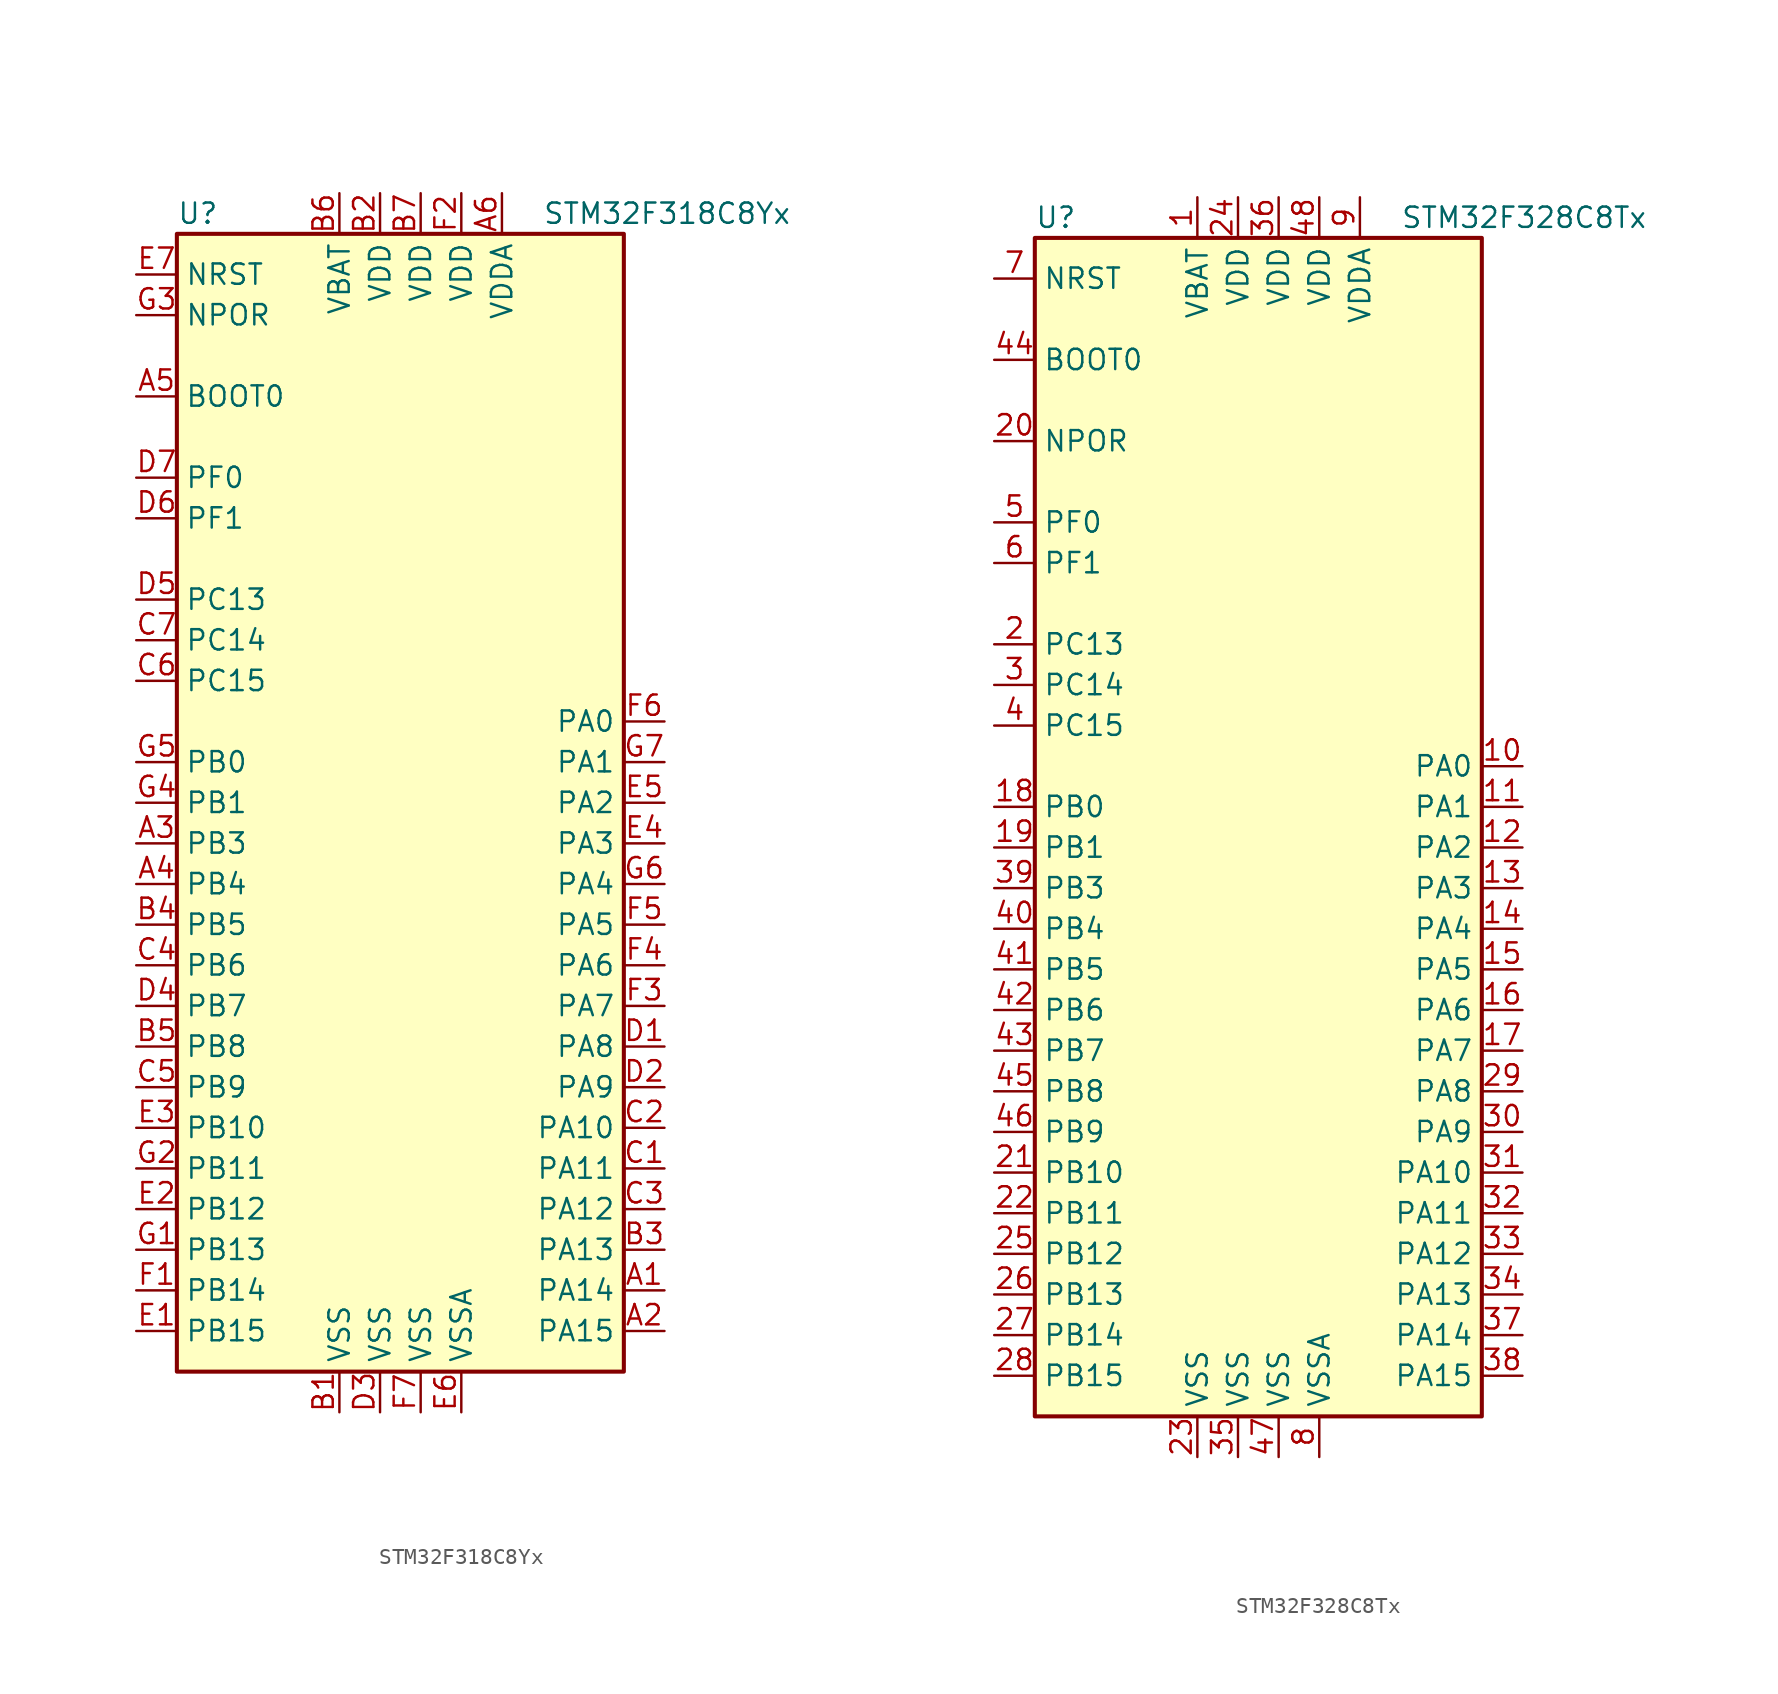
<source format=kicad_sym>
(kicad_symbol_lib
  (version 20201005)
  (generator kicad_symbol_editor)
  (symbol "MCU_ST_STM32F3:STM32F318C8Yx"
    (property "Reference" "U"
      (at -15.24 36.83 0)
      (effects (font (size 1.27 1.27)) (justify left)))
    (property "Value" "STM32F318C8Yx"
      (at 7.62 36.83 0)
      (effects (font (size 1.27 1.27)) (justify left)))
    (symbol "STM32F318C8Yx_0_1"
      (rectangle (start -15.24 -35.56) (end 12.7 35.56) (stroke (width 0.254)) (fill (type background))))
    (symbol "STM32F318C8Yx_1_1"
      (pin input line (at -17.78 25.4 0) (length 2.54) (name "BOOT0" (effects (font (size 1.27 1.27)))) (number "A5" (effects (font (size 1.27 1.27)))))
      (pin no_connect line (at -15.24 -33.02 0) (length 2.54) hide (name "NC" (effects (font (size 1.27 1.27)))) (number "A7" (effects (font (size 1.27 1.27)))))
      (pin input line (at -17.78 30.48 0) (length 2.54) (name "NPOR" (effects (font (size 1.27 1.27)))) (number "G3" (effects (font (size 1.27 1.27)))))
      (pin input line (at -17.78 33.02 0) (length 2.54) (name "NRST" (effects (font (size 1.27 1.27)))) (number "E7" (effects (font (size 1.27 1.27)))))
      (pin bidirectional line (at 15.24 5.08 180) (length 2.54) (name "PA0" (effects (font (size 1.27 1.27)))) (number "F6" (effects (font (size 1.27 1.27)))))
      (pin bidirectional line (at 15.24 2.54 180) (length 2.54) (name "PA1" (effects (font (size 1.27 1.27)))) (number "G7" (effects (font (size 1.27 1.27)))))
      (pin bidirectional line (at 15.24 -20.32 180) (length 2.54) (name "PA10" (effects (font (size 1.27 1.27)))) (number "C2" (effects (font (size 1.27 1.27)))))
      (pin bidirectional line (at 15.24 -22.86 180) (length 2.54) (name "PA11" (effects (font (size 1.27 1.27)))) (number "C1" (effects (font (size 1.27 1.27)))))
      (pin bidirectional line (at 15.24 -25.4 180) (length 2.54) (name "PA12" (effects (font (size 1.27 1.27)))) (number "C3" (effects (font (size 1.27 1.27)))))
      (pin bidirectional line (at 15.24 -27.94 180) (length 2.54) (name "PA13" (effects (font (size 1.27 1.27)))) (number "B3" (effects (font (size 1.27 1.27)))))
      (pin bidirectional line (at 15.24 -30.48 180) (length 2.54) (name "PA14" (effects (font (size 1.27 1.27)))) (number "A1" (effects (font (size 1.27 1.27)))))
      (pin bidirectional line (at 15.24 -33.02 180) (length 2.54) (name "PA15" (effects (font (size 1.27 1.27)))) (number "A2" (effects (font (size 1.27 1.27)))))
      (pin bidirectional line (at 15.24 0 180) (length 2.54) (name "PA2" (effects (font (size 1.27 1.27)))) (number "E5" (effects (font (size 1.27 1.27)))))
      (pin bidirectional line (at 15.24 -2.54 180) (length 2.54) (name "PA3" (effects (font (size 1.27 1.27)))) (number "E4" (effects (font (size 1.27 1.27)))))
      (pin bidirectional line (at 15.24 -5.08 180) (length 2.54) (name "PA4" (effects (font (size 1.27 1.27)))) (number "G6" (effects (font (size 1.27 1.27)))))
      (pin bidirectional line (at 15.24 -7.62 180) (length 2.54) (name "PA5" (effects (font (size 1.27 1.27)))) (number "F5" (effects (font (size 1.27 1.27)))))
      (pin bidirectional line (at 15.24 -10.16 180) (length 2.54) (name "PA6" (effects (font (size 1.27 1.27)))) (number "F4" (effects (font (size 1.27 1.27)))))
      (pin bidirectional line (at 15.24 -12.7 180) (length 2.54) (name "PA7" (effects (font (size 1.27 1.27)))) (number "F3" (effects (font (size 1.27 1.27)))))
      (pin bidirectional line (at 15.24 -15.24 180) (length 2.54) (name "PA8" (effects (font (size 1.27 1.27)))) (number "D1" (effects (font (size 1.27 1.27)))))
      (pin bidirectional line (at 15.24 -17.78 180) (length 2.54) (name "PA9" (effects (font (size 1.27 1.27)))) (number "D2" (effects (font (size 1.27 1.27)))))
      (pin bidirectional line (at -17.78 2.54 0) (length 2.54) (name "PB0" (effects (font (size 1.27 1.27)))) (number "G5" (effects (font (size 1.27 1.27)))))
      (pin bidirectional line (at -17.78 0 0) (length 2.54) (name "PB1" (effects (font (size 1.27 1.27)))) (number "G4" (effects (font (size 1.27 1.27)))))
      (pin bidirectional line (at -17.78 -20.32 0) (length 2.54) (name "PB10" (effects (font (size 1.27 1.27)))) (number "E3" (effects (font (size 1.27 1.27)))))
      (pin bidirectional line (at -17.78 -22.86 0) (length 2.54) (name "PB11" (effects (font (size 1.27 1.27)))) (number "G2" (effects (font (size 1.27 1.27)))))
      (pin bidirectional line (at -17.78 -25.4 0) (length 2.54) (name "PB12" (effects (font (size 1.27 1.27)))) (number "E2" (effects (font (size 1.27 1.27)))))
      (pin bidirectional line (at -17.78 -27.94 0) (length 2.54) (name "PB13" (effects (font (size 1.27 1.27)))) (number "G1" (effects (font (size 1.27 1.27)))))
      (pin bidirectional line (at -17.78 -30.48 0) (length 2.54) (name "PB14" (effects (font (size 1.27 1.27)))) (number "F1" (effects (font (size 1.27 1.27)))))
      (pin bidirectional line (at -17.78 -33.02 0) (length 2.54) (name "PB15" (effects (font (size 1.27 1.27)))) (number "E1" (effects (font (size 1.27 1.27)))))
      (pin bidirectional line (at -17.78 -2.54 0) (length 2.54) (name "PB3" (effects (font (size 1.27 1.27)))) (number "A3" (effects (font (size 1.27 1.27)))))
      (pin bidirectional line (at -17.78 -5.08 0) (length 2.54) (name "PB4" (effects (font (size 1.27 1.27)))) (number "A4" (effects (font (size 1.27 1.27)))))
      (pin bidirectional line (at -17.78 -7.62 0) (length 2.54) (name "PB5" (effects (font (size 1.27 1.27)))) (number "B4" (effects (font (size 1.27 1.27)))))
      (pin bidirectional line (at -17.78 -10.16 0) (length 2.54) (name "PB6" (effects (font (size 1.27 1.27)))) (number "C4" (effects (font (size 1.27 1.27)))))
      (pin bidirectional line (at -17.78 -12.7 0) (length 2.54) (name "PB7" (effects (font (size 1.27 1.27)))) (number "D4" (effects (font (size 1.27 1.27)))))
      (pin bidirectional line (at -17.78 -15.24 0) (length 2.54) (name "PB8" (effects (font (size 1.27 1.27)))) (number "B5" (effects (font (size 1.27 1.27)))))
      (pin bidirectional line (at -17.78 -17.78 0) (length 2.54) (name "PB9" (effects (font (size 1.27 1.27)))) (number "C5" (effects (font (size 1.27 1.27)))))
      (pin bidirectional line (at -17.78 12.7 0) (length 2.54) (name "PC13" (effects (font (size 1.27 1.27)))) (number "D5" (effects (font (size 1.27 1.27)))))
      (pin bidirectional line (at -17.78 10.16 0) (length 2.54) (name "PC14" (effects (font (size 1.27 1.27)))) (number "C7" (effects (font (size 1.27 1.27)))))
      (pin bidirectional line (at -17.78 7.62 0) (length 2.54) (name "PC15" (effects (font (size 1.27 1.27)))) (number "C6" (effects (font (size 1.27 1.27)))))
      (pin input line (at -17.78 20.32 0) (length 2.54) (name "PF0" (effects (font (size 1.27 1.27)))) (number "D7" (effects (font (size 1.27 1.27)))))
      (pin input line (at -17.78 17.78 0) (length 2.54) (name "PF1" (effects (font (size 1.27 1.27)))) (number "D6" (effects (font (size 1.27 1.27)))))
      (pin power_in line (at -5.08 38.1 270) (length 2.54) (name "VBAT" (effects (font (size 1.27 1.27)))) (number "B6" (effects (font (size 1.27 1.27)))))
      (pin power_in line (at -2.54 38.1 270) (length 2.54) (name "VDD" (effects (font (size 1.27 1.27)))) (number "B2" (effects (font (size 1.27 1.27)))))
      (pin power_in line (at 0 38.1 270) (length 2.54) (name "VDD" (effects (font (size 1.27 1.27)))) (number "B7" (effects (font (size 1.27 1.27)))))
      (pin power_in line (at 2.54 38.1 270) (length 2.54) (name "VDD" (effects (font (size 1.27 1.27)))) (number "F2" (effects (font (size 1.27 1.27)))))
      (pin power_in line (at 5.08 38.1 270) (length 2.54) (name "VDDA" (effects (font (size 1.27 1.27)))) (number "A6" (effects (font (size 1.27 1.27)))))
      (pin power_in line (at -5.08 -38.1 90) (length 2.54) (name "VSS" (effects (font (size 1.27 1.27)))) (number "B1" (effects (font (size 1.27 1.27)))))
      (pin power_in line (at -2.54 -38.1 90) (length 2.54) (name "VSS" (effects (font (size 1.27 1.27)))) (number "D3" (effects (font (size 1.27 1.27)))))
      (pin power_in line (at 0 -38.1 90) (length 2.54) (name "VSS" (effects (font (size 1.27 1.27)))) (number "F7" (effects (font (size 1.27 1.27)))))
      (pin power_in line (at 2.54 -38.1 90) (length 2.54) (name "VSSA" (effects (font (size 1.27 1.27)))) (number "E6" (effects (font (size 1.27 1.27)))))))
  (symbol "MCU_ST_STM32F3:STM32F328C8Tx"
    (property "Reference" "U"
      (at -15.24 36.83 0)
      (effects (font (size 1.27 1.27)) (justify left)))
    (property "Value" "STM32F328C8Tx"
      (at 7.62 36.83 0)
      (effects (font (size 1.27 1.27)) (justify left)))
    (symbol "STM32F328C8Tx_0_1"
      (rectangle (start -15.24 -38.1) (end 12.7 35.56) (stroke (width 0.254)) (fill (type background))))
    (symbol "STM32F328C8Tx_1_1"
      (pin input line (at -17.78 27.94 0) (length 2.54) (name "BOOT0" (effects (font (size 1.27 1.27)))) (number "44" (effects (font (size 1.27 1.27)))))
      (pin power_in line (at -17.78 22.86 0) (length 2.54) (name "NPOR" (effects (font (size 1.27 1.27)))) (number "20" (effects (font (size 1.27 1.27)))))
      (pin input line (at -17.78 33.02 0) (length 2.54) (name "NRST" (effects (font (size 1.27 1.27)))) (number "7" (effects (font (size 1.27 1.27)))))
      (pin bidirectional line (at 15.24 2.54 180) (length 2.54) (name "PA0" (effects (font (size 1.27 1.27)))) (number "10" (effects (font (size 1.27 1.27)))))
      (pin bidirectional line (at 15.24 0 180) (length 2.54) (name "PA1" (effects (font (size 1.27 1.27)))) (number "11" (effects (font (size 1.27 1.27)))))
      (pin bidirectional line (at 15.24 -22.86 180) (length 2.54) (name "PA10" (effects (font (size 1.27 1.27)))) (number "31" (effects (font (size 1.27 1.27)))))
      (pin bidirectional line (at 15.24 -25.4 180) (length 2.54) (name "PA11" (effects (font (size 1.27 1.27)))) (number "32" (effects (font (size 1.27 1.27)))))
      (pin bidirectional line (at 15.24 -27.94 180) (length 2.54) (name "PA12" (effects (font (size 1.27 1.27)))) (number "33" (effects (font (size 1.27 1.27)))))
      (pin bidirectional line (at 15.24 -30.48 180) (length 2.54) (name "PA13" (effects (font (size 1.27 1.27)))) (number "34" (effects (font (size 1.27 1.27)))))
      (pin bidirectional line (at 15.24 -33.02 180) (length 2.54) (name "PA14" (effects (font (size 1.27 1.27)))) (number "37" (effects (font (size 1.27 1.27)))))
      (pin bidirectional line (at 15.24 -35.56 180) (length 2.54) (name "PA15" (effects (font (size 1.27 1.27)))) (number "38" (effects (font (size 1.27 1.27)))))
      (pin bidirectional line (at 15.24 -2.54 180) (length 2.54) (name "PA2" (effects (font (size 1.27 1.27)))) (number "12" (effects (font (size 1.27 1.27)))))
      (pin bidirectional line (at 15.24 -5.08 180) (length 2.54) (name "PA3" (effects (font (size 1.27 1.27)))) (number "13" (effects (font (size 1.27 1.27)))))
      (pin bidirectional line (at 15.24 -7.62 180) (length 2.54) (name "PA4" (effects (font (size 1.27 1.27)))) (number "14" (effects (font (size 1.27 1.27)))))
      (pin bidirectional line (at 15.24 -10.16 180) (length 2.54) (name "PA5" (effects (font (size 1.27 1.27)))) (number "15" (effects (font (size 1.27 1.27)))))
      (pin bidirectional line (at 15.24 -12.7 180) (length 2.54) (name "PA6" (effects (font (size 1.27 1.27)))) (number "16" (effects (font (size 1.27 1.27)))))
      (pin bidirectional line (at 15.24 -15.24 180) (length 2.54) (name "PA7" (effects (font (size 1.27 1.27)))) (number "17" (effects (font (size 1.27 1.27)))))
      (pin bidirectional line (at 15.24 -17.78 180) (length 2.54) (name "PA8" (effects (font (size 1.27 1.27)))) (number "29" (effects (font (size 1.27 1.27)))))
      (pin bidirectional line (at 15.24 -20.32 180) (length 2.54) (name "PA9" (effects (font (size 1.27 1.27)))) (number "30" (effects (font (size 1.27 1.27)))))
      (pin bidirectional line (at -17.78 0 0) (length 2.54) (name "PB0" (effects (font (size 1.27 1.27)))) (number "18" (effects (font (size 1.27 1.27)))))
      (pin bidirectional line (at -17.78 -2.54 0) (length 2.54) (name "PB1" (effects (font (size 1.27 1.27)))) (number "19" (effects (font (size 1.27 1.27)))))
      (pin bidirectional line (at -17.78 -22.86 0) (length 2.54) (name "PB10" (effects (font (size 1.27 1.27)))) (number "21" (effects (font (size 1.27 1.27)))))
      (pin bidirectional line (at -17.78 -25.4 0) (length 2.54) (name "PB11" (effects (font (size 1.27 1.27)))) (number "22" (effects (font (size 1.27 1.27)))))
      (pin bidirectional line (at -17.78 -27.94 0) (length 2.54) (name "PB12" (effects (font (size 1.27 1.27)))) (number "25" (effects (font (size 1.27 1.27)))))
      (pin bidirectional line (at -17.78 -30.48 0) (length 2.54) (name "PB13" (effects (font (size 1.27 1.27)))) (number "26" (effects (font (size 1.27 1.27)))))
      (pin bidirectional line (at -17.78 -33.02 0) (length 2.54) (name "PB14" (effects (font (size 1.27 1.27)))) (number "27" (effects (font (size 1.27 1.27)))))
      (pin bidirectional line (at -17.78 -35.56 0) (length 2.54) (name "PB15" (effects (font (size 1.27 1.27)))) (number "28" (effects (font (size 1.27 1.27)))))
      (pin bidirectional line (at -17.78 -5.08 0) (length 2.54) (name "PB3" (effects (font (size 1.27 1.27)))) (number "39" (effects (font (size 1.27 1.27)))))
      (pin bidirectional line (at -17.78 -7.62 0) (length 2.54) (name "PB4" (effects (font (size 1.27 1.27)))) (number "40" (effects (font (size 1.27 1.27)))))
      (pin bidirectional line (at -17.78 -10.16 0) (length 2.54) (name "PB5" (effects (font (size 1.27 1.27)))) (number "41" (effects (font (size 1.27 1.27)))))
      (pin bidirectional line (at -17.78 -12.7 0) (length 2.54) (name "PB6" (effects (font (size 1.27 1.27)))) (number "42" (effects (font (size 1.27 1.27)))))
      (pin bidirectional line (at -17.78 -15.24 0) (length 2.54) (name "PB7" (effects (font (size 1.27 1.27)))) (number "43" (effects (font (size 1.27 1.27)))))
      (pin bidirectional line (at -17.78 -17.78 0) (length 2.54) (name "PB8" (effects (font (size 1.27 1.27)))) (number "45" (effects (font (size 1.27 1.27)))))
      (pin bidirectional line (at -17.78 -20.32 0) (length 2.54) (name "PB9" (effects (font (size 1.27 1.27)))) (number "46" (effects (font (size 1.27 1.27)))))
      (pin bidirectional line (at -17.78 10.16 0) (length 2.54) (name "PC13" (effects (font (size 1.27 1.27)))) (number "2" (effects (font (size 1.27 1.27)))))
      (pin bidirectional line (at -17.78 7.62 0) (length 2.54) (name "PC14" (effects (font (size 1.27 1.27)))) (number "3" (effects (font (size 1.27 1.27)))))
      (pin bidirectional line (at -17.78 5.08 0) (length 2.54) (name "PC15" (effects (font (size 1.27 1.27)))) (number "4" (effects (font (size 1.27 1.27)))))
      (pin input line (at -17.78 17.78 0) (length 2.54) (name "PF0" (effects (font (size 1.27 1.27)))) (number "5" (effects (font (size 1.27 1.27)))))
      (pin input line (at -17.78 15.24 0) (length 2.54) (name "PF1" (effects (font (size 1.27 1.27)))) (number "6" (effects (font (size 1.27 1.27)))))
      (pin power_in line (at -5.08 38.1 270) (length 2.54) (name "VBAT" (effects (font (size 1.27 1.27)))) (number "1" (effects (font (size 1.27 1.27)))))
      (pin power_in line (at -2.54 38.1 270) (length 2.54) (name "VDD" (effects (font (size 1.27 1.27)))) (number "24" (effects (font (size 1.27 1.27)))))
      (pin power_in line (at 0 38.1 270) (length 2.54) (name "VDD" (effects (font (size 1.27 1.27)))) (number "36" (effects (font (size 1.27 1.27)))))
      (pin power_in line (at 2.54 38.1 270) (length 2.54) (name "VDD" (effects (font (size 1.27 1.27)))) (number "48" (effects (font (size 1.27 1.27)))))
      (pin power_in line (at 5.08 38.1 270) (length 2.54) (name "VDDA" (effects (font (size 1.27 1.27)))) (number "9" (effects (font (size 1.27 1.27)))))
      (pin power_in line (at -5.08 -40.64 90) (length 2.54) (name "VSS" (effects (font (size 1.27 1.27)))) (number "23" (effects (font (size 1.27 1.27)))))
      (pin power_in line (at -2.54 -40.64 90) (length 2.54) (name "VSS" (effects (font (size 1.27 1.27)))) (number "35" (effects (font (size 1.27 1.27)))))
      (pin power_in line (at 0 -40.64 90) (length 2.54) (name "VSS" (effects (font (size 1.27 1.27)))) (number "47" (effects (font (size 1.27 1.27)))))
      (pin power_in line (at 2.54 -40.64 90) (length 2.54) (name "VSSA" (effects (font (size 1.27 1.27)))) (number "8" (effects (font (size 1.27 1.27))))))))
</source>
